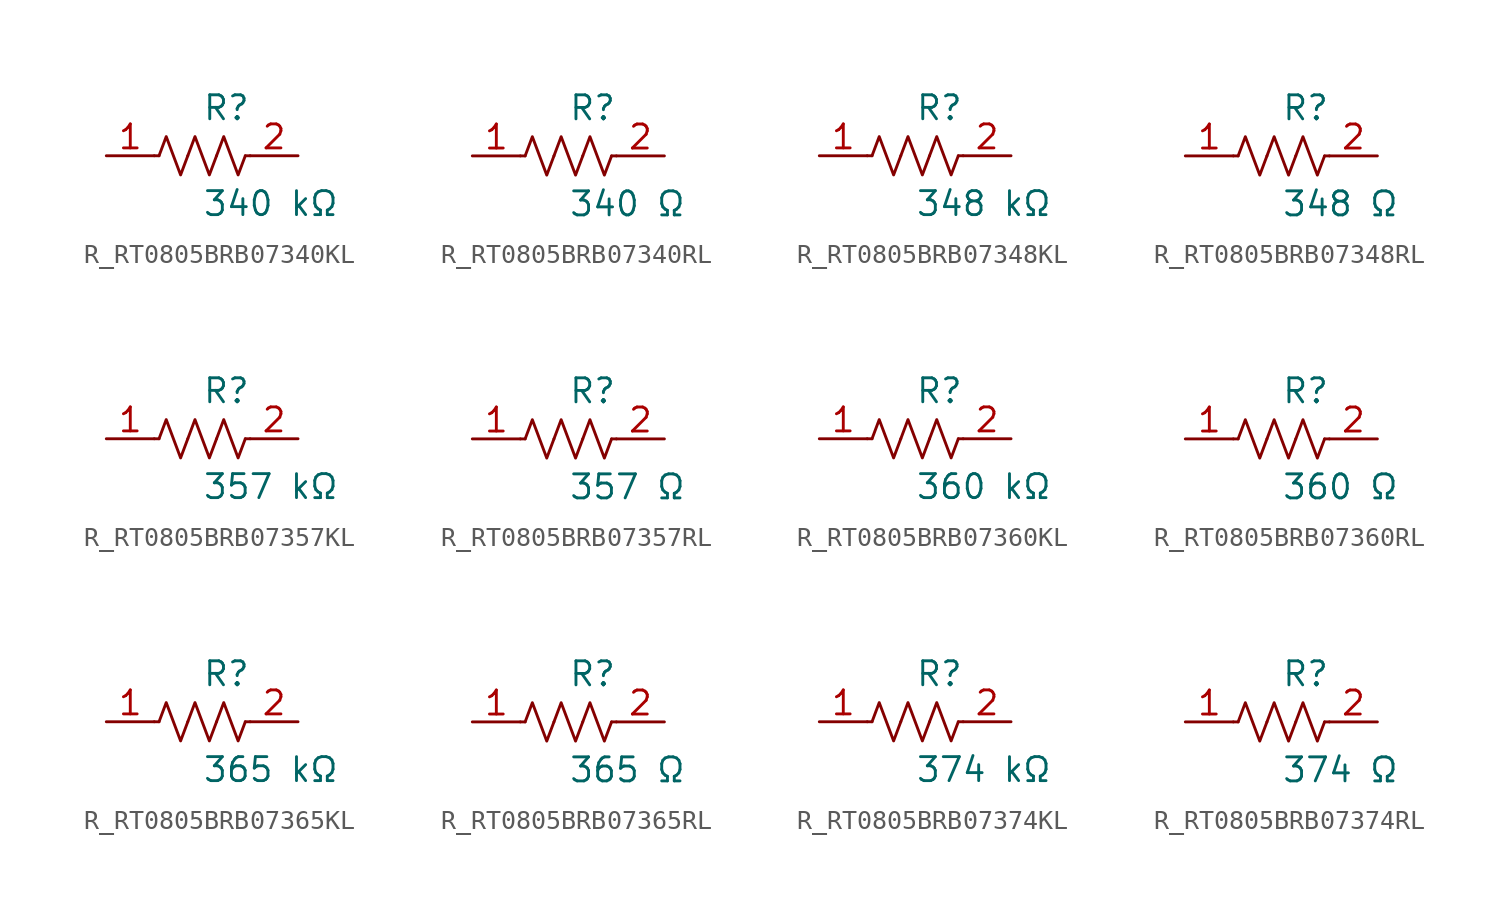
<source format=kicad_sym>
(kicad_symbol_lib
  (version 20231120)
  (generator kicad_symbol_editor)
  (generator_version 8.0)
  (symbol "R_RT0805BRB07340KL"
    (pin_names
      (offset 0.254))
    (property "Reference" "R"
      (at 0 2.54 0)
      (effects (font (size 1.27 1.27)) (justify left)))
    (property "Value" "340 kΩ"
      (at 0 -2.54 0)
      (effects (font (size 1.27 1.27)) (justify left)))
    (symbol "R_RT0805BRB07340KL_0_1"
      (polyline (pts (xy 2.286 0) (xy 2.54 0)) (stroke (width 0) (type default)) (fill (type none)))
      (polyline (pts (xy -2.286 0) (xy -2.54 0)) (stroke (width 0) (type default)) (fill (type none)))
      (polyline (pts (xy 0.762 0) (xy 1.143 1.016) (xy 1.524 0) (xy 1.905 -1.016) (xy 2.286 0)) (stroke (width 0) (type default)) (fill (type none)))
      (polyline (pts (xy -0.762 0) (xy -0.381 1.016) (xy 0 0) (xy 0.381 -1.016) (xy 0.762 0)) (stroke (width 0) (type default)) (fill (type none)))
      (polyline (pts (xy -2.286 0) (xy -1.905 1.016) (xy -1.524 0) (xy -1.143 -1.016) (xy -0.762 0)) (stroke (width 0) (type default)) (fill (type none))))
    (pin unspecified line
      (at -5.08 0 0)
      (length 2.54)
      (name "" (effects (font (size 1.27 1.27))))
      (number "1" (effects (font (size 1.27 1.27)))))
    (pin unspecified line
      (at 5.08 0 180)
      (length 2.54)
      (name "" (effects (font (size 1.27 1.27))))
      (number "2" (effects (font (size 1.27 1.27))))))
  (symbol "R_RT0805BRB07340RL"
    (pin_names
      (offset 0.254))
    (property "Reference" "R"
      (at 0 2.54 0)
      (effects (font (size 1.27 1.27)) (justify left)))
    (property "Value" "340 Ω"
      (at 0 -2.54 0)
      (effects (font (size 1.27 1.27)) (justify left)))
    (symbol "R_RT0805BRB07340RL_0_1"
      (polyline (pts (xy 2.286 0) (xy 2.54 0)) (stroke (width 0) (type default)) (fill (type none)))
      (polyline (pts (xy -2.286 0) (xy -2.54 0)) (stroke (width 0) (type default)) (fill (type none)))
      (polyline (pts (xy 0.762 0) (xy 1.143 1.016) (xy 1.524 0) (xy 1.905 -1.016) (xy 2.286 0)) (stroke (width 0) (type default)) (fill (type none)))
      (polyline (pts (xy -0.762 0) (xy -0.381 1.016) (xy 0 0) (xy 0.381 -1.016) (xy 0.762 0)) (stroke (width 0) (type default)) (fill (type none)))
      (polyline (pts (xy -2.286 0) (xy -1.905 1.016) (xy -1.524 0) (xy -1.143 -1.016) (xy -0.762 0)) (stroke (width 0) (type default)) (fill (type none))))
    (pin unspecified line
      (at -5.08 0 0)
      (length 2.54)
      (name "" (effects (font (size 1.27 1.27))))
      (number "1" (effects (font (size 1.27 1.27)))))
    (pin unspecified line
      (at 5.08 0 180)
      (length 2.54)
      (name "" (effects (font (size 1.27 1.27))))
      (number "2" (effects (font (size 1.27 1.27))))))
  (symbol "R_RT0805BRB07348KL"
    (pin_names
      (offset 0.254))
    (property "Reference" "R"
      (at 0 2.54 0)
      (effects (font (size 1.27 1.27)) (justify left)))
    (property "Value" "348 kΩ"
      (at 0 -2.54 0)
      (effects (font (size 1.27 1.27)) (justify left)))
    (symbol "R_RT0805BRB07348KL_0_1"
      (polyline (pts (xy 2.286 0) (xy 2.54 0)) (stroke (width 0) (type default)) (fill (type none)))
      (polyline (pts (xy -2.286 0) (xy -2.54 0)) (stroke (width 0) (type default)) (fill (type none)))
      (polyline (pts (xy 0.762 0) (xy 1.143 1.016) (xy 1.524 0) (xy 1.905 -1.016) (xy 2.286 0)) (stroke (width 0) (type default)) (fill (type none)))
      (polyline (pts (xy -0.762 0) (xy -0.381 1.016) (xy 0 0) (xy 0.381 -1.016) (xy 0.762 0)) (stroke (width 0) (type default)) (fill (type none)))
      (polyline (pts (xy -2.286 0) (xy -1.905 1.016) (xy -1.524 0) (xy -1.143 -1.016) (xy -0.762 0)) (stroke (width 0) (type default)) (fill (type none))))
    (pin unspecified line
      (at -5.08 0 0)
      (length 2.54)
      (name "" (effects (font (size 1.27 1.27))))
      (number "1" (effects (font (size 1.27 1.27)))))
    (pin unspecified line
      (at 5.08 0 180)
      (length 2.54)
      (name "" (effects (font (size 1.27 1.27))))
      (number "2" (effects (font (size 1.27 1.27))))))
  (symbol "R_RT0805BRB07348RL"
    (pin_names
      (offset 0.254))
    (property "Reference" "R"
      (at 0 2.54 0)
      (effects (font (size 1.27 1.27)) (justify left)))
    (property "Value" "348 Ω"
      (at 0 -2.54 0)
      (effects (font (size 1.27 1.27)) (justify left)))
    (symbol "R_RT0805BRB07348RL_0_1"
      (polyline (pts (xy 2.286 0) (xy 2.54 0)) (stroke (width 0) (type default)) (fill (type none)))
      (polyline (pts (xy -2.286 0) (xy -2.54 0)) (stroke (width 0) (type default)) (fill (type none)))
      (polyline (pts (xy 0.762 0) (xy 1.143 1.016) (xy 1.524 0) (xy 1.905 -1.016) (xy 2.286 0)) (stroke (width 0) (type default)) (fill (type none)))
      (polyline (pts (xy -0.762 0) (xy -0.381 1.016) (xy 0 0) (xy 0.381 -1.016) (xy 0.762 0)) (stroke (width 0) (type default)) (fill (type none)))
      (polyline (pts (xy -2.286 0) (xy -1.905 1.016) (xy -1.524 0) (xy -1.143 -1.016) (xy -0.762 0)) (stroke (width 0) (type default)) (fill (type none))))
    (pin unspecified line
      (at -5.08 0 0)
      (length 2.54)
      (name "" (effects (font (size 1.27 1.27))))
      (number "1" (effects (font (size 1.27 1.27)))))
    (pin unspecified line
      (at 5.08 0 180)
      (length 2.54)
      (name "" (effects (font (size 1.27 1.27))))
      (number "2" (effects (font (size 1.27 1.27))))))
  (symbol "R_RT0805BRB07357KL"
    (pin_names
      (offset 0.254))
    (property "Reference" "R"
      (at 0 2.54 0)
      (effects (font (size 1.27 1.27)) (justify left)))
    (property "Value" "357 kΩ"
      (at 0 -2.54 0)
      (effects (font (size 1.27 1.27)) (justify left)))
    (symbol "R_RT0805BRB07357KL_0_1"
      (polyline (pts (xy 2.286 0) (xy 2.54 0)) (stroke (width 0) (type default)) (fill (type none)))
      (polyline (pts (xy -2.286 0) (xy -2.54 0)) (stroke (width 0) (type default)) (fill (type none)))
      (polyline (pts (xy 0.762 0) (xy 1.143 1.016) (xy 1.524 0) (xy 1.905 -1.016) (xy 2.286 0)) (stroke (width 0) (type default)) (fill (type none)))
      (polyline (pts (xy -0.762 0) (xy -0.381 1.016) (xy 0 0) (xy 0.381 -1.016) (xy 0.762 0)) (stroke (width 0) (type default)) (fill (type none)))
      (polyline (pts (xy -2.286 0) (xy -1.905 1.016) (xy -1.524 0) (xy -1.143 -1.016) (xy -0.762 0)) (stroke (width 0) (type default)) (fill (type none))))
    (pin unspecified line
      (at -5.08 0 0)
      (length 2.54)
      (name "" (effects (font (size 1.27 1.27))))
      (number "1" (effects (font (size 1.27 1.27)))))
    (pin unspecified line
      (at 5.08 0 180)
      (length 2.54)
      (name "" (effects (font (size 1.27 1.27))))
      (number "2" (effects (font (size 1.27 1.27))))))
  (symbol "R_RT0805BRB07357RL"
    (pin_names
      (offset 0.254))
    (property "Reference" "R"
      (at 0 2.54 0)
      (effects (font (size 1.27 1.27)) (justify left)))
    (property "Value" "357 Ω"
      (at 0 -2.54 0)
      (effects (font (size 1.27 1.27)) (justify left)))
    (symbol "R_RT0805BRB07357RL_0_1"
      (polyline (pts (xy 2.286 0) (xy 2.54 0)) (stroke (width 0) (type default)) (fill (type none)))
      (polyline (pts (xy -2.286 0) (xy -2.54 0)) (stroke (width 0) (type default)) (fill (type none)))
      (polyline (pts (xy 0.762 0) (xy 1.143 1.016) (xy 1.524 0) (xy 1.905 -1.016) (xy 2.286 0)) (stroke (width 0) (type default)) (fill (type none)))
      (polyline (pts (xy -0.762 0) (xy -0.381 1.016) (xy 0 0) (xy 0.381 -1.016) (xy 0.762 0)) (stroke (width 0) (type default)) (fill (type none)))
      (polyline (pts (xy -2.286 0) (xy -1.905 1.016) (xy -1.524 0) (xy -1.143 -1.016) (xy -0.762 0)) (stroke (width 0) (type default)) (fill (type none))))
    (pin unspecified line
      (at -5.08 0 0)
      (length 2.54)
      (name "" (effects (font (size 1.27 1.27))))
      (number "1" (effects (font (size 1.27 1.27)))))
    (pin unspecified line
      (at 5.08 0 180)
      (length 2.54)
      (name "" (effects (font (size 1.27 1.27))))
      (number "2" (effects (font (size 1.27 1.27))))))
  (symbol "R_RT0805BRB07360KL"
    (pin_names
      (offset 0.254))
    (property "Reference" "R"
      (at 0 2.54 0)
      (effects (font (size 1.27 1.27)) (justify left)))
    (property "Value" "360 kΩ"
      (at 0 -2.54 0)
      (effects (font (size 1.27 1.27)) (justify left)))
    (symbol "R_RT0805BRB07360KL_0_1"
      (polyline (pts (xy 2.286 0) (xy 2.54 0)) (stroke (width 0) (type default)) (fill (type none)))
      (polyline (pts (xy -2.286 0) (xy -2.54 0)) (stroke (width 0) (type default)) (fill (type none)))
      (polyline (pts (xy 0.762 0) (xy 1.143 1.016) (xy 1.524 0) (xy 1.905 -1.016) (xy 2.286 0)) (stroke (width 0) (type default)) (fill (type none)))
      (polyline (pts (xy -0.762 0) (xy -0.381 1.016) (xy 0 0) (xy 0.381 -1.016) (xy 0.762 0)) (stroke (width 0) (type default)) (fill (type none)))
      (polyline (pts (xy -2.286 0) (xy -1.905 1.016) (xy -1.524 0) (xy -1.143 -1.016) (xy -0.762 0)) (stroke (width 0) (type default)) (fill (type none))))
    (pin unspecified line
      (at -5.08 0 0)
      (length 2.54)
      (name "" (effects (font (size 1.27 1.27))))
      (number "1" (effects (font (size 1.27 1.27)))))
    (pin unspecified line
      (at 5.08 0 180)
      (length 2.54)
      (name "" (effects (font (size 1.27 1.27))))
      (number "2" (effects (font (size 1.27 1.27))))))
  (symbol "R_RT0805BRB07360RL"
    (pin_names
      (offset 0.254))
    (property "Reference" "R"
      (at 0 2.54 0)
      (effects (font (size 1.27 1.27)) (justify left)))
    (property "Value" "360 Ω"
      (at 0 -2.54 0)
      (effects (font (size 1.27 1.27)) (justify left)))
    (symbol "R_RT0805BRB07360RL_0_1"
      (polyline (pts (xy 2.286 0) (xy 2.54 0)) (stroke (width 0) (type default)) (fill (type none)))
      (polyline (pts (xy -2.286 0) (xy -2.54 0)) (stroke (width 0) (type default)) (fill (type none)))
      (polyline (pts (xy 0.762 0) (xy 1.143 1.016) (xy 1.524 0) (xy 1.905 -1.016) (xy 2.286 0)) (stroke (width 0) (type default)) (fill (type none)))
      (polyline (pts (xy -0.762 0) (xy -0.381 1.016) (xy 0 0) (xy 0.381 -1.016) (xy 0.762 0)) (stroke (width 0) (type default)) (fill (type none)))
      (polyline (pts (xy -2.286 0) (xy -1.905 1.016) (xy -1.524 0) (xy -1.143 -1.016) (xy -0.762 0)) (stroke (width 0) (type default)) (fill (type none))))
    (pin unspecified line
      (at -5.08 0 0)
      (length 2.54)
      (name "" (effects (font (size 1.27 1.27))))
      (number "1" (effects (font (size 1.27 1.27)))))
    (pin unspecified line
      (at 5.08 0 180)
      (length 2.54)
      (name "" (effects (font (size 1.27 1.27))))
      (number "2" (effects (font (size 1.27 1.27))))))
  (symbol "R_RT0805BRB07365KL"
    (pin_names
      (offset 0.254))
    (property "Reference" "R"
      (at 0 2.54 0)
      (effects (font (size 1.27 1.27)) (justify left)))
    (property "Value" "365 kΩ"
      (at 0 -2.54 0)
      (effects (font (size 1.27 1.27)) (justify left)))
    (symbol "R_RT0805BRB07365KL_0_1"
      (polyline (pts (xy 2.286 0) (xy 2.54 0)) (stroke (width 0) (type default)) (fill (type none)))
      (polyline (pts (xy -2.286 0) (xy -2.54 0)) (stroke (width 0) (type default)) (fill (type none)))
      (polyline (pts (xy 0.762 0) (xy 1.143 1.016) (xy 1.524 0) (xy 1.905 -1.016) (xy 2.286 0)) (stroke (width 0) (type default)) (fill (type none)))
      (polyline (pts (xy -0.762 0) (xy -0.381 1.016) (xy 0 0) (xy 0.381 -1.016) (xy 0.762 0)) (stroke (width 0) (type default)) (fill (type none)))
      (polyline (pts (xy -2.286 0) (xy -1.905 1.016) (xy -1.524 0) (xy -1.143 -1.016) (xy -0.762 0)) (stroke (width 0) (type default)) (fill (type none))))
    (pin unspecified line
      (at -5.08 0 0)
      (length 2.54)
      (name "" (effects (font (size 1.27 1.27))))
      (number "1" (effects (font (size 1.27 1.27)))))
    (pin unspecified line
      (at 5.08 0 180)
      (length 2.54)
      (name "" (effects (font (size 1.27 1.27))))
      (number "2" (effects (font (size 1.27 1.27))))))
  (symbol "R_RT0805BRB07365RL"
    (pin_names
      (offset 0.254))
    (property "Reference" "R"
      (at 0 2.54 0)
      (effects (font (size 1.27 1.27)) (justify left)))
    (property "Value" "365 Ω"
      (at 0 -2.54 0)
      (effects (font (size 1.27 1.27)) (justify left)))
    (symbol "R_RT0805BRB07365RL_0_1"
      (polyline (pts (xy 2.286 0) (xy 2.54 0)) (stroke (width 0) (type default)) (fill (type none)))
      (polyline (pts (xy -2.286 0) (xy -2.54 0)) (stroke (width 0) (type default)) (fill (type none)))
      (polyline (pts (xy 0.762 0) (xy 1.143 1.016) (xy 1.524 0) (xy 1.905 -1.016) (xy 2.286 0)) (stroke (width 0) (type default)) (fill (type none)))
      (polyline (pts (xy -0.762 0) (xy -0.381 1.016) (xy 0 0) (xy 0.381 -1.016) (xy 0.762 0)) (stroke (width 0) (type default)) (fill (type none)))
      (polyline (pts (xy -2.286 0) (xy -1.905 1.016) (xy -1.524 0) (xy -1.143 -1.016) (xy -0.762 0)) (stroke (width 0) (type default)) (fill (type none))))
    (pin unspecified line
      (at -5.08 0 0)
      (length 2.54)
      (name "" (effects (font (size 1.27 1.27))))
      (number "1" (effects (font (size 1.27 1.27)))))
    (pin unspecified line
      (at 5.08 0 180)
      (length 2.54)
      (name "" (effects (font (size 1.27 1.27))))
      (number "2" (effects (font (size 1.27 1.27))))))
  (symbol "R_RT0805BRB07374KL"
    (pin_names
      (offset 0.254))
    (property "Reference" "R"
      (at 0 2.54 0)
      (effects (font (size 1.27 1.27)) (justify left)))
    (property "Value" "374 kΩ"
      (at 0 -2.54 0)
      (effects (font (size 1.27 1.27)) (justify left)))
    (symbol "R_RT0805BRB07374KL_0_1"
      (polyline (pts (xy 2.286 0) (xy 2.54 0)) (stroke (width 0) (type default)) (fill (type none)))
      (polyline (pts (xy -2.286 0) (xy -2.54 0)) (stroke (width 0) (type default)) (fill (type none)))
      (polyline (pts (xy 0.762 0) (xy 1.143 1.016) (xy 1.524 0) (xy 1.905 -1.016) (xy 2.286 0)) (stroke (width 0) (type default)) (fill (type none)))
      (polyline (pts (xy -0.762 0) (xy -0.381 1.016) (xy 0 0) (xy 0.381 -1.016) (xy 0.762 0)) (stroke (width 0) (type default)) (fill (type none)))
      (polyline (pts (xy -2.286 0) (xy -1.905 1.016) (xy -1.524 0) (xy -1.143 -1.016) (xy -0.762 0)) (stroke (width 0) (type default)) (fill (type none))))
    (pin unspecified line
      (at -5.08 0 0)
      (length 2.54)
      (name "" (effects (font (size 1.27 1.27))))
      (number "1" (effects (font (size 1.27 1.27)))))
    (pin unspecified line
      (at 5.08 0 180)
      (length 2.54)
      (name "" (effects (font (size 1.27 1.27))))
      (number "2" (effects (font (size 1.27 1.27))))))
  (symbol "R_RT0805BRB07374RL"
    (pin_names
      (offset 0.254))
    (property "Reference" "R"
      (at 0 2.54 0)
      (effects (font (size 1.27 1.27)) (justify left)))
    (property "Value" "374 Ω"
      (at 0 -2.54 0)
      (effects (font (size 1.27 1.27)) (justify left)))
    (symbol "R_RT0805BRB07374RL_0_1"
      (polyline (pts (xy 2.286 0) (xy 2.54 0)) (stroke (width 0) (type default)) (fill (type none)))
      (polyline (pts (xy -2.286 0) (xy -2.54 0)) (stroke (width 0) (type default)) (fill (type none)))
      (polyline (pts (xy 0.762 0) (xy 1.143 1.016) (xy 1.524 0) (xy 1.905 -1.016) (xy 2.286 0)) (stroke (width 0) (type default)) (fill (type none)))
      (polyline (pts (xy -0.762 0) (xy -0.381 1.016) (xy 0 0) (xy 0.381 -1.016) (xy 0.762 0)) (stroke (width 0) (type default)) (fill (type none)))
      (polyline (pts (xy -2.286 0) (xy -1.905 1.016) (xy -1.524 0) (xy -1.143 -1.016) (xy -0.762 0)) (stroke (width 0) (type default)) (fill (type none))))
    (pin unspecified line
      (at -5.08 0 0)
      (length 2.54)
      (name "" (effects (font (size 1.27 1.27))))
      (number "1" (effects (font (size 1.27 1.27)))))
    (pin unspecified line
      (at 5.08 0 180)
      (length 2.54)
      (name "" (effects (font (size 1.27 1.27))))
      (number "2" (effects (font (size 1.27 1.27)))))))
</source>
